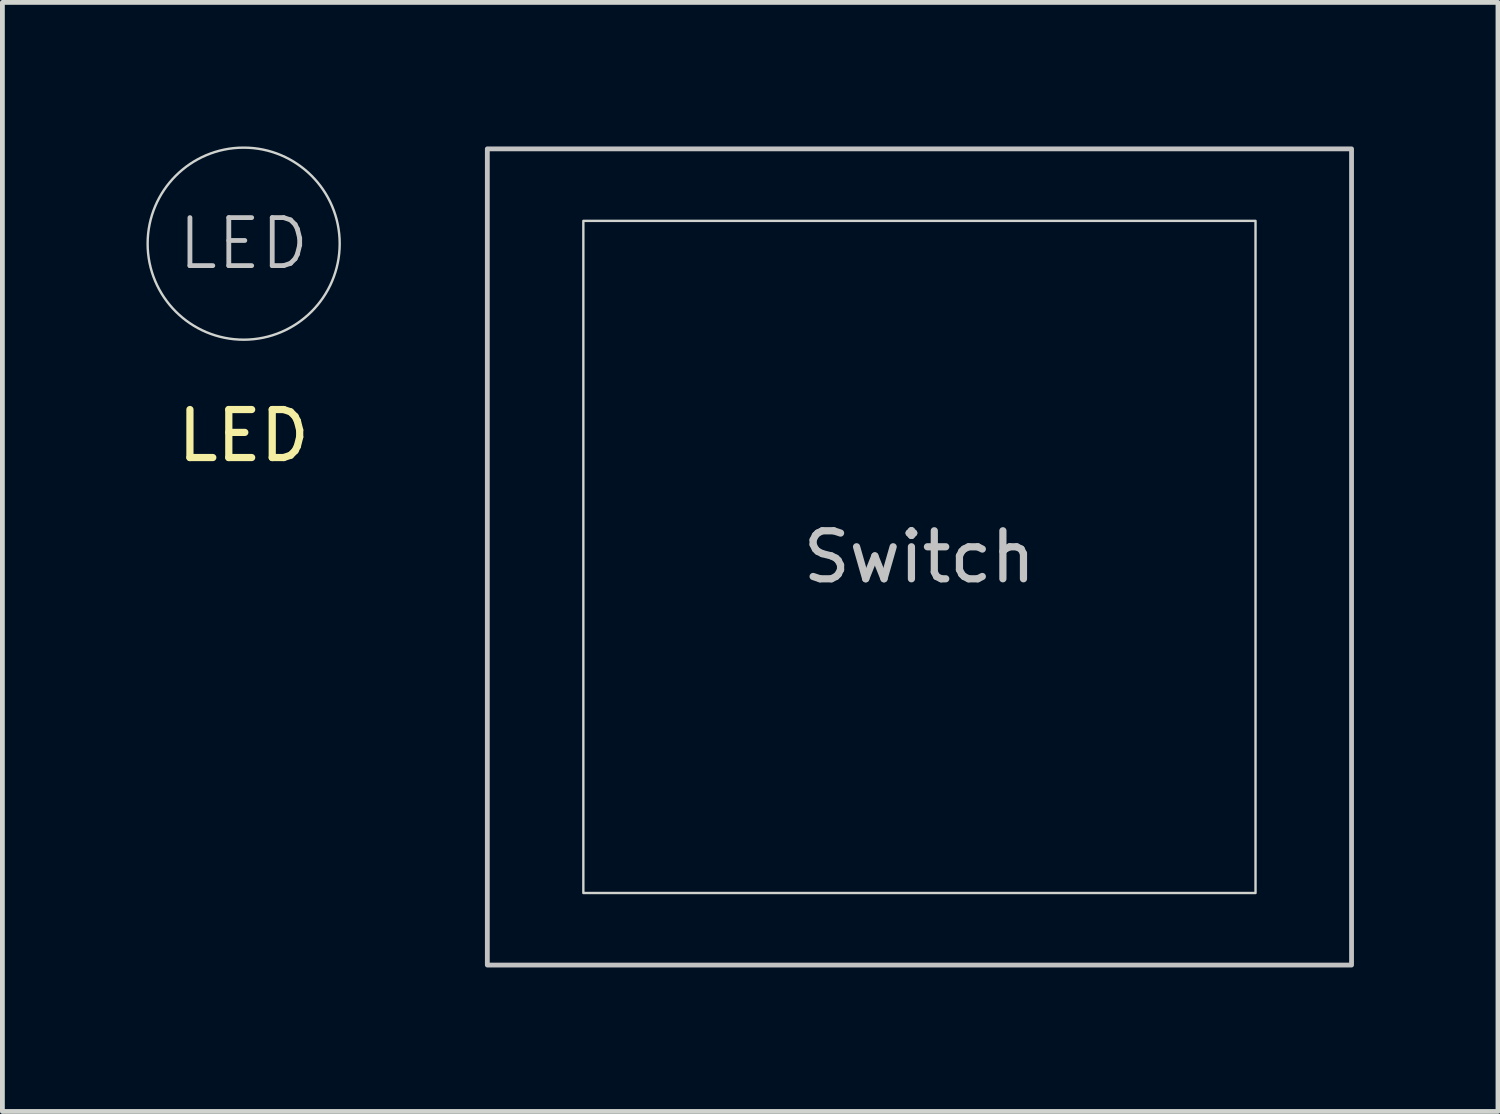
<source format=kicad_pcb>
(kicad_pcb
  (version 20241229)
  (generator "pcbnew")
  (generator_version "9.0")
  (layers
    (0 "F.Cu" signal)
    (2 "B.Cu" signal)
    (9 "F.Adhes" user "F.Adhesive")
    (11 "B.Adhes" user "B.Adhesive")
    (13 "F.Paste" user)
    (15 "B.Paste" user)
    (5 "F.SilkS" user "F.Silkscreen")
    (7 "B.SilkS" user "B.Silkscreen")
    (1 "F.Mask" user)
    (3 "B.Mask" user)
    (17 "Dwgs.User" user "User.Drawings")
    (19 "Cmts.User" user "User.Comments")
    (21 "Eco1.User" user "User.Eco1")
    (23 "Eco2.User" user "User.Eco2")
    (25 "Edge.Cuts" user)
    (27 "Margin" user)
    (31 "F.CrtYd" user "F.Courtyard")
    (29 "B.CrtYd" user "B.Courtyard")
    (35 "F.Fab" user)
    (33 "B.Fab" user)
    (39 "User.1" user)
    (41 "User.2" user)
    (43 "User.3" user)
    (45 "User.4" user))
  (footprint "LED"
    (layer "F.Cu")
    (at 2.025 2.025)
    (property "Reference" "LED" (at 0 0 0) (unlocked yes) (layer "Dwgs.User") (effects (font (size 1 1) (thickness 0.1))))
    (property "Value" "LED" (at 0 2 0) (unlocked yes) (layer "F.Fab") (hide yes) (effects (font (size 1 1) (thickness 0.1))))
    (fp_circle (center 0 0) (end 2 0) (stroke (width 0.05) (type default)) (fill no) (layer "Edge.Cuts"))
    (fp_text user "${VALUE}" (at 0 4 0) (unlocked yes) (layer "F.SilkS") (effects (font (size 1 1) (thickness 0.15)))))
  (footprint "Switch"
    (layer "F.Cu")
    (at 16.1 8.55)
    (property "Reference" "Switch" (at 0 0 0) (unlocked yes) (layer "Dwgs.User") (effects (font (size 1 1) (thickness 0.15))))
    (fp_rect (start -9 -8.5) (end 9 8.5) (stroke (width 0.1) (type default)) (fill no) (layer "Dwgs.User"))
    (fp_rect (start -7 -7) (end 7 7) (stroke (width 0.05) (type default)) (fill no) (layer "Edge.Cuts")))
  (gr_rect
    (start -3 -3)
    (end 28.15 20.1)
    (stroke (width 0.1) (type default))
    (fill no)
    (layer "Edge.Cuts")))
</source>
